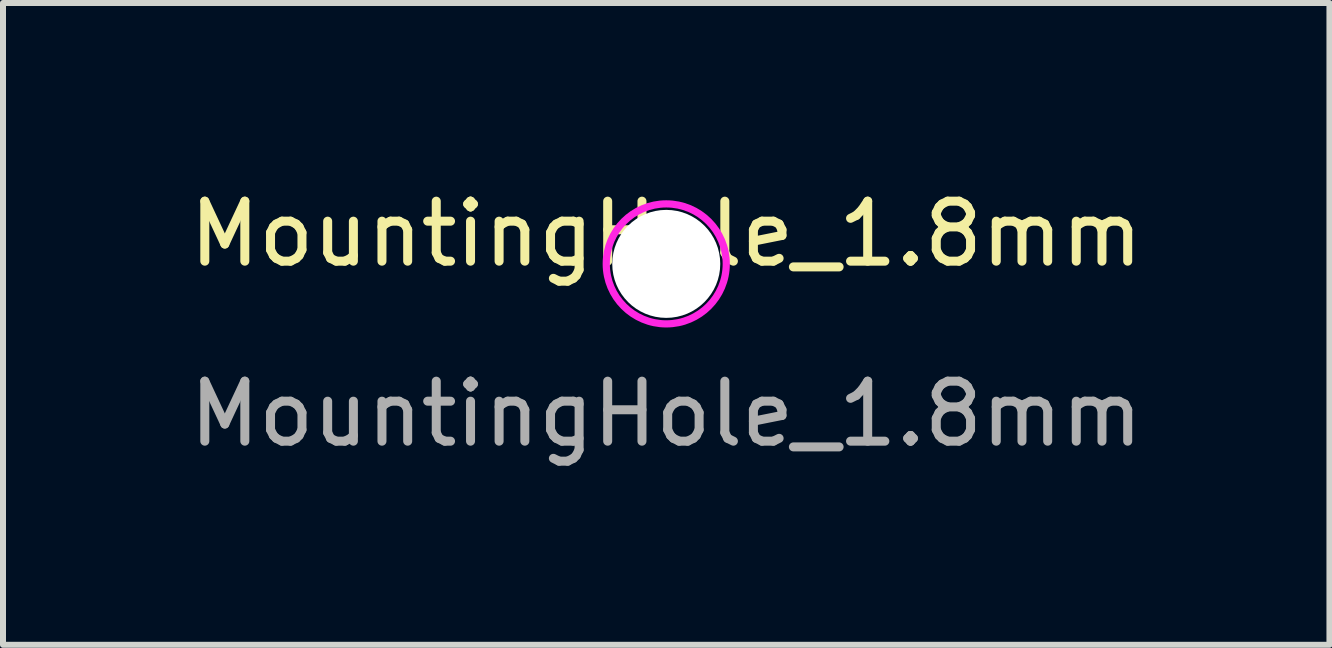
<source format=kicad_pcb>
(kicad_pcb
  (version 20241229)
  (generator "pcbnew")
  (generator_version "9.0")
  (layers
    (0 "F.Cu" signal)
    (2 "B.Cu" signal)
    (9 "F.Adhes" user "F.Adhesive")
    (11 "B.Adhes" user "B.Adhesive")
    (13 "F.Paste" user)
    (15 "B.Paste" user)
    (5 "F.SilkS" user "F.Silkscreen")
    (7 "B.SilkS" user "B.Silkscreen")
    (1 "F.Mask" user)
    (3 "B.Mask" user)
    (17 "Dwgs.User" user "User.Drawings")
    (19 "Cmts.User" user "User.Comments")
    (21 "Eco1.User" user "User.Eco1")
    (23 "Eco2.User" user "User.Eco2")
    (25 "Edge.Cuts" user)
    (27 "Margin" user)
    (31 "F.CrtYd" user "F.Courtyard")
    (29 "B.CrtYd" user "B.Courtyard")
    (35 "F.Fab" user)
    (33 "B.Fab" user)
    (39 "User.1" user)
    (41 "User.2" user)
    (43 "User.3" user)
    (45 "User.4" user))
  (footprint "MountingHole_1.8mm"
    (layer "F.Cu")
    (at 8.054 1.348)
    (property "Reference" "MountingHole_1.8mm" (at 0 -0.5 0) (unlocked yes) (layer "F.SilkS") (effects (font (size 1 1) (thickness 0.15))))
    (fp_circle (center 0 0) (end 1 0) (stroke (width 0.12) (type solid)) (fill no) (layer "F.CrtYd"))
    (fp_text user "${REFERENCE}" (at 0 2.5 0) (unlocked yes) (layer "F.Fab") (effects (font (size 1 1) (thickness 0.15))))
    (pad "" np_thru_hole circle (at 0 0) (size 1.8 1.8) (drill 1.8) (layers "*.Cu" "*.Mask")))
  (gr_rect
    (start -3 -3)
    (end 19.107 7.697)
    (stroke (width 0.1) (type default))
    (fill no)
    (layer "Edge.Cuts")))
</source>
